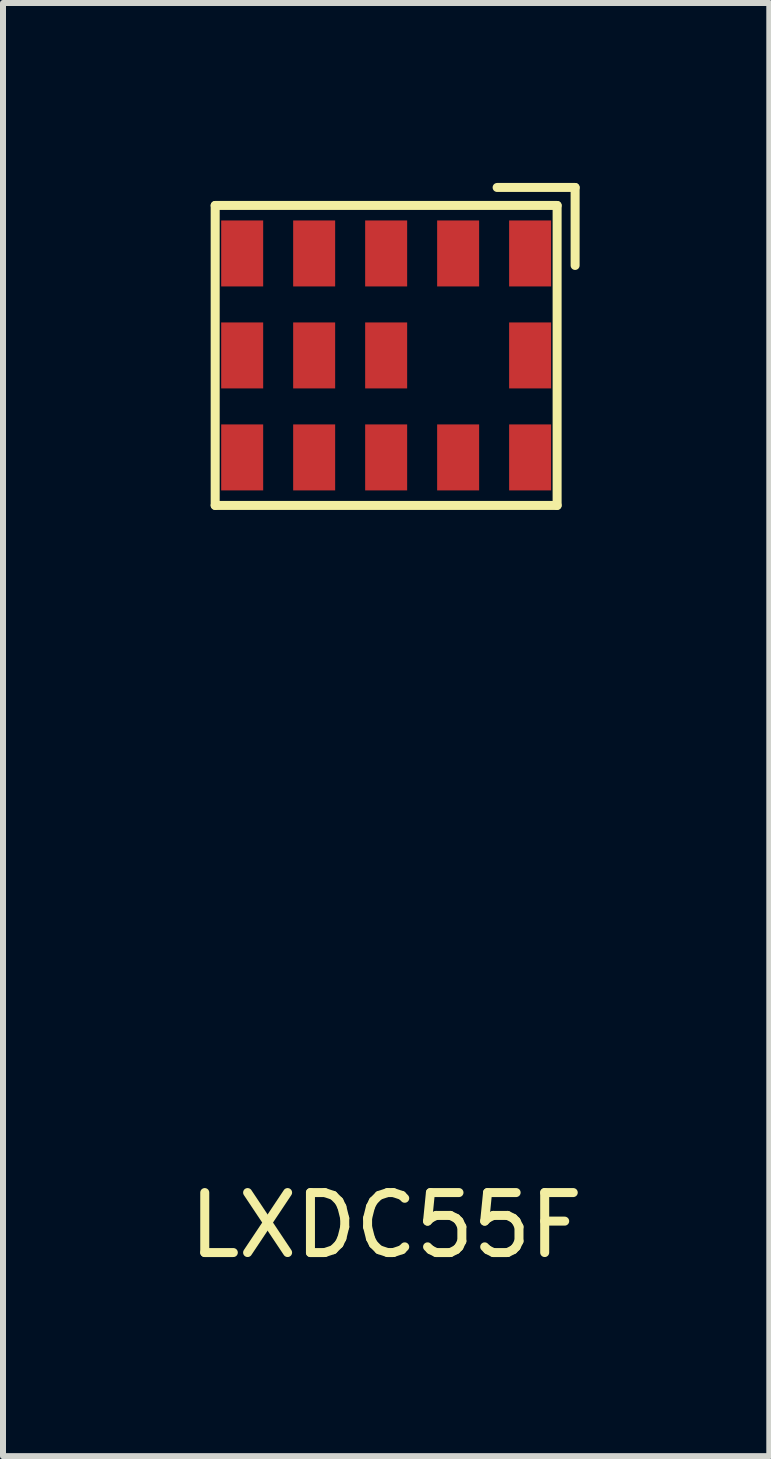
<source format=kicad_pcb>
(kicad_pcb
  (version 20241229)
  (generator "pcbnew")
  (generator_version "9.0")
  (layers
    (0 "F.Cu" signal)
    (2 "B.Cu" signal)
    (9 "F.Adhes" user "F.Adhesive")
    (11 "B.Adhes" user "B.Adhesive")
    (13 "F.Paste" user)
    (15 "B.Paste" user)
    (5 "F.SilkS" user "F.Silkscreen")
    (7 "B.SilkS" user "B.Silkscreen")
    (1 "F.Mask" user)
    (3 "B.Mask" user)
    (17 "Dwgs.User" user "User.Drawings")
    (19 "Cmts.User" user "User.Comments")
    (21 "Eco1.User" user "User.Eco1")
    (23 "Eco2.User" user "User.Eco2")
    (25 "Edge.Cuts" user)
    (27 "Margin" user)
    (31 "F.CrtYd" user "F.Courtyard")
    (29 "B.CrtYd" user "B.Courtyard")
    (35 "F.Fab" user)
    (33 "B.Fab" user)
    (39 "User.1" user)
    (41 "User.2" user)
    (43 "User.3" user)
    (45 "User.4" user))
  (footprint "LXDC55F"
    (layer "F.Cu")
    (at 3.387 2.875)
    (property "Reference" "LXDC55F" (at 0 14.5 0) (layer "F.SilkS") (effects (font (size 1 1) (thickness 0.15))))
    (attr through_hole)
    (fp_line (start -2.85 -2.5) (end 2.85 -2.5) (stroke (width 0.15) (type solid)) (layer "F.SilkS"))
    (fp_line (start -2.85 2.5) (end -2.85 -2.5) (stroke (width 0.15) (type solid)) (layer "F.SilkS"))
    (fp_line (start 1.85 -2.8) (end 3.15 -2.8) (stroke (width 0.15) (type solid)) (layer "F.SilkS"))
    (fp_line (start 2.85 -2.5) (end 2.85 2.5) (stroke (width 0.15) (type solid)) (layer "F.SilkS"))
    (fp_line (start 2.85 2.5) (end -2.85 2.5) (stroke (width 0.15) (type solid)) (layer "F.SilkS"))
    (fp_line (start 3.15 -2.8) (end 3.15 -1.5) (stroke (width 0.15) (type solid)) (layer "F.SilkS"))
    (pad "1" smd rect (at 1.2 -1.7) (size 0.7 1.1) (layers "F.Cu" "F.Mask" "F.Paste"))
    (pad "1" smd rect (at 2.4 -1.7) (size 0.7 1.1) (layers "F.Cu" "F.Mask" "F.Paste"))
    (pad "3" smd rect (at -2.4 -1.7) (size 0.7 1.1) (layers "F.Cu" "F.Mask" "F.Paste"))
    (pad "3" smd rect (at -1.2 -1.7) (size 0.7 1.1) (layers "F.Cu" "F.Mask" "F.Paste"))
    (pad "3" smd rect (at 0 -1.7) (size 0.7 1.1) (layers "F.Cu" "F.Mask" "F.Paste"))
    (pad "4" smd rect (at -2.4 0) (size 0.7 1.1) (layers "F.Cu" "F.Mask" "F.Paste"))
    (pad "4" smd rect (at -1.2 0) (size 0.7 1.1) (layers "F.Cu" "F.Mask" "F.Paste"))
    (pad "4" smd rect (at 0 0) (size 0.7 1.1) (layers "F.Cu" "F.Mask" "F.Paste"))
    (pad "4" smd rect (at 2.4 0) (size 0.7 1.1) (layers "F.Cu" "F.Mask" "F.Paste"))
    (pad "5" smd rect (at 2.4 1.7) (size 0.7 1.1) (layers "F.Cu" "F.Mask" "F.Paste"))
    (pad "6" smd rect (at 1.2 1.7) (size 0.7 1.1) (layers "F.Cu" "F.Mask" "F.Paste"))
    (pad "7" smd rect (at -2.4 1.7) (size 0.7 1.1) (layers "F.Cu" "F.Mask" "F.Paste"))
    (pad "7" smd rect (at -1.2 1.7) (size 0.7 1.1) (layers "F.Cu" "F.Mask" "F.Paste"))
    (pad "7" smd rect (at 0 1.7) (size 0.7 1.1) (layers "F.Cu" "F.Mask" "F.Paste")))
  (gr_rect
    (start -3 -3)
    (end 9.774 21.223)
    (stroke (width 0.1) (type default))
    (fill no)
    (layer "Edge.Cuts")))
</source>
